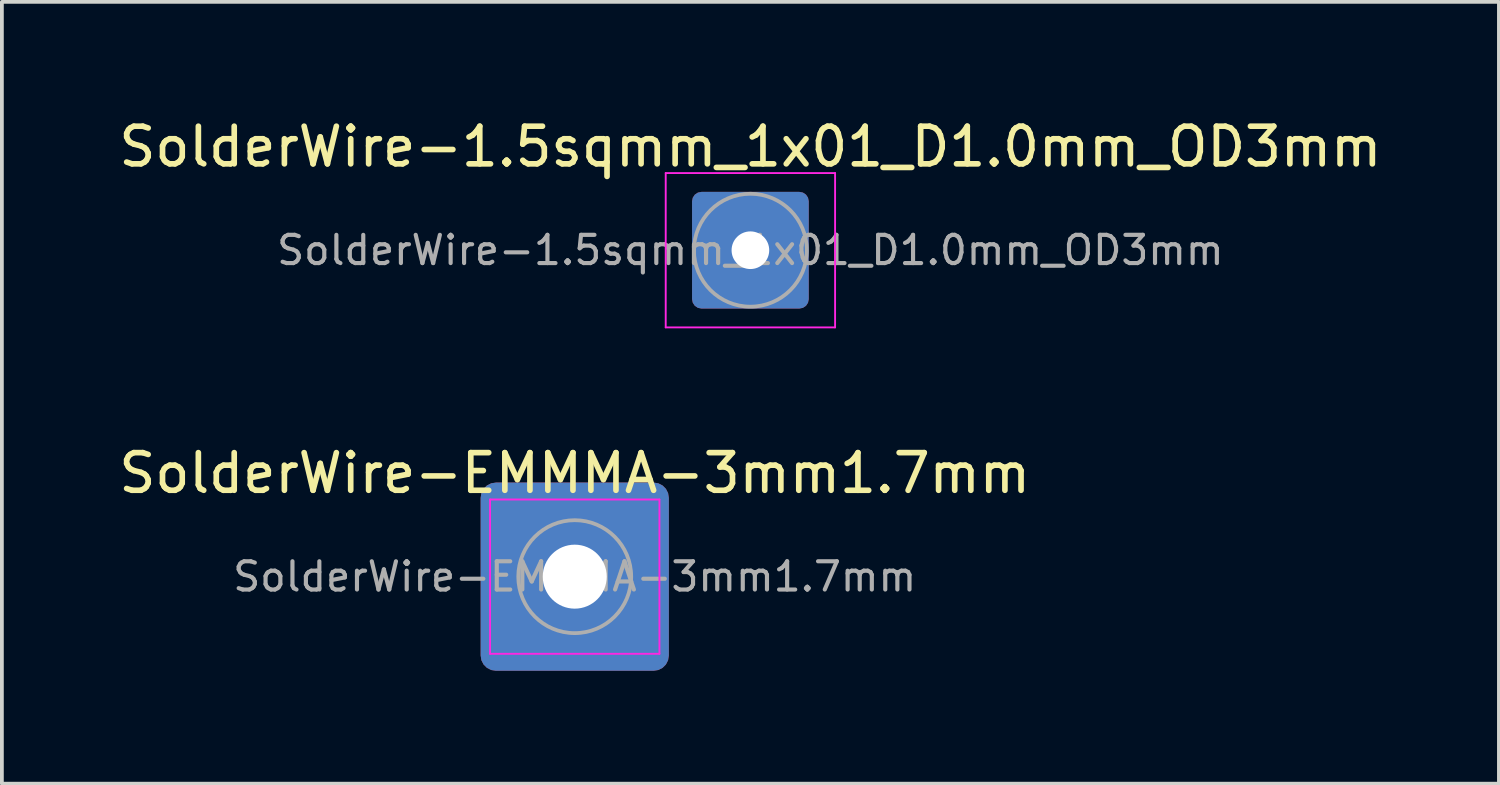
<source format=kicad_pcb>
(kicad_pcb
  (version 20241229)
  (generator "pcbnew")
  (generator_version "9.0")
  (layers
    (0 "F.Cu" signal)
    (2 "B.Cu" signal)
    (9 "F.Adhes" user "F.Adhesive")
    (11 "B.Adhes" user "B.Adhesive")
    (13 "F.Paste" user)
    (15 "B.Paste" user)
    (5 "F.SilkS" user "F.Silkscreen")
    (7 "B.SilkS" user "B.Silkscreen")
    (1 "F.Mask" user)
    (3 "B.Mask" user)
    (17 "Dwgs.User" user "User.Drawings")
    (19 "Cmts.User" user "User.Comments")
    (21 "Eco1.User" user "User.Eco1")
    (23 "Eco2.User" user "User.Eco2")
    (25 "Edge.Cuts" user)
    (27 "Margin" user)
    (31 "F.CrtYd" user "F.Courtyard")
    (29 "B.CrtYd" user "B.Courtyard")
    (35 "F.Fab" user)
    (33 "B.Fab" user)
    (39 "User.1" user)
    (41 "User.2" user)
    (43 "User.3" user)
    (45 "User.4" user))
  (footprint "SolderWire-EMMMA-3mm1.7mm"
    (layer "F.Cu")
    (at 12.22 12.271)
    (property "Reference" "SolderWire-EMMMA-3mm1.7mm" (at 0 -2.75 0) (layer "F.SilkS") (effects (font (size 1 1) (thickness 0.15))))
    (attr exclude_from_pos_files exclude_from_bom)
    (fp_line (start -2.25 -2.05) (end -2.25 2.05) (stroke (width 0.05) (type solid)) (layer "F.CrtYd"))
    (fp_line (start -2.25 2.05) (end 2.25 2.05) (stroke (width 0.05) (type solid)) (layer "F.CrtYd"))
    (fp_line (start 2.25 -2.05) (end -2.25 -2.05) (stroke (width 0.05) (type solid)) (layer "F.CrtYd"))
    (fp_line (start 2.25 2.05) (end 2.25 -2.05) (stroke (width 0.05) (type solid)) (layer "F.CrtYd"))
    (fp_circle (center 0 0) (end 1.5 0) (stroke (width 0.1) (type solid)) (fill no) (layer "F.Fab"))
    (fp_text user "${REFERENCE}" (at 0 0 0) (layer "F.Fab") (effects (font (size 0.75 0.75) (thickness 0.11))))
    (pad "1" thru_hole roundrect (at 0 0) (size 5 5) (drill 1.7) (layers "*.Cu" "*.Mask") (roundrect_rratio 0.081)))
  (footprint "SolderWire-1.5sqmm_1x01_D1.0mm_OD3mm"
    (layer "F.Cu")
    (at 16.887 3.598)
    (property "Reference" "SolderWire-1.5sqmm_1x01_D1.0mm_OD3mm" (at 0 -2.75 0) (layer "F.SilkS") (effects (font (size 1 1) (thickness 0.15))))
    (attr exclude_from_pos_files exclude_from_bom)
    (fp_line (start -2.25 -2.05) (end -2.25 2.05) (stroke (width 0.05) (type solid)) (layer "F.CrtYd"))
    (fp_line (start -2.25 2.05) (end 2.25 2.05) (stroke (width 0.05) (type solid)) (layer "F.CrtYd"))
    (fp_line (start 2.25 -2.05) (end -2.25 -2.05) (stroke (width 0.05) (type solid)) (layer "F.CrtYd"))
    (fp_line (start 2.25 2.05) (end 2.25 -2.05) (stroke (width 0.05) (type solid)) (layer "F.CrtYd"))
    (fp_circle (center 0 0) (end 1.5 0) (stroke (width 0.1) (type solid)) (fill no) (layer "F.Fab"))
    (fp_text user "${REFERENCE}" (at 0 0 0) (layer "F.Fab") (effects (font (size 0.75 0.75) (thickness 0.11))))
    (pad "1" thru_hole roundrect (at 0 0) (size 3.1 3.1) (drill 1) (layers "*.Cu" "*.Mask") (roundrect_rratio 0.081)))
  (gr_rect
    (start -3 -3)
    (end 36.774 17.771)
    (stroke (width 0.1) (type default))
    (fill no)
    (layer "Edge.Cuts")))
</source>
